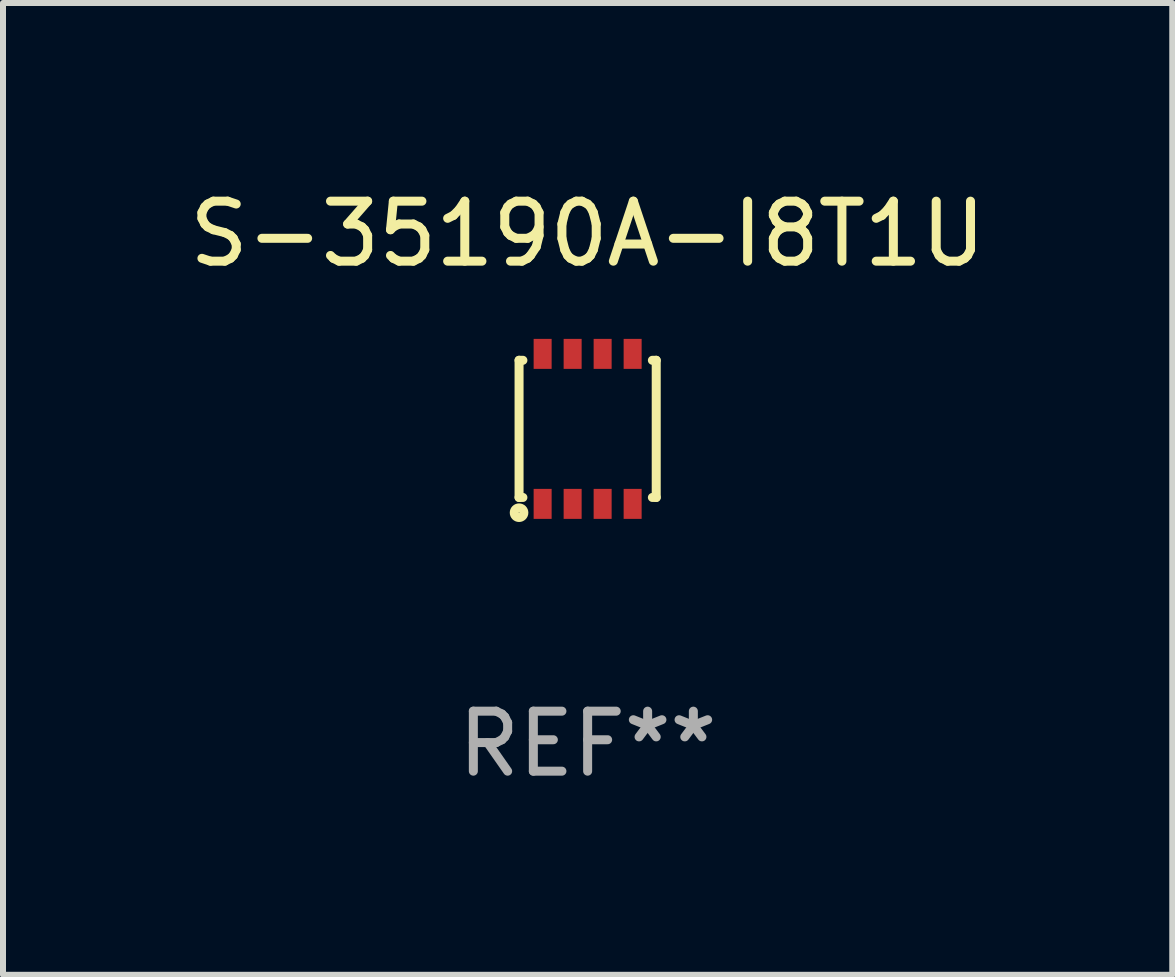
<source format=kicad_pcb>
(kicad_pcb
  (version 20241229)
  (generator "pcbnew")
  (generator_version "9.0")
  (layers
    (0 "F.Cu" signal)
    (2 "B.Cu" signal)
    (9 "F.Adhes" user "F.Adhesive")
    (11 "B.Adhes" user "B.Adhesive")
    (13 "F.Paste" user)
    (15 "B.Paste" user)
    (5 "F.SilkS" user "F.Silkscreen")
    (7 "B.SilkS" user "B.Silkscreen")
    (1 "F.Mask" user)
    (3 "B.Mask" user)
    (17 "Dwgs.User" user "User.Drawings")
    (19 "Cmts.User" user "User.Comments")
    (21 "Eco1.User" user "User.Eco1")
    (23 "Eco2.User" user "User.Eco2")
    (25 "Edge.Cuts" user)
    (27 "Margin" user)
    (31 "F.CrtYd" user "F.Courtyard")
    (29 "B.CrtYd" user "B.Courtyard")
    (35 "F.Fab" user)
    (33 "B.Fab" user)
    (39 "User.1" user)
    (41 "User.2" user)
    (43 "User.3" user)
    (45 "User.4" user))
  (footprint "S-35190A-I8T1U"
    (layer "F.Cu")
    (at 6.744 4.098)
    (property "Reference" "S-35190A-I8T1U" (at 0 -3.25 0) (layer "F.SilkS") (effects (font (size 1 1) (thickness 0.15))))
    (attr through_hole)
    (fp_line (start -1.143 -1.143) (end -1.143 1.143) (stroke (width 0.15) (type solid)) (layer "F.SilkS"))
    (fp_line (start -1.143 1.143) (end -1.079 1.143) (stroke (width 0.15) (type solid)) (layer "F.SilkS"))
    (fp_line (start -1.079 -1.143) (end -1.143 -1.143) (stroke (width 0.15) (type solid)) (layer "F.SilkS"))
    (fp_line (start 1.079 1.143) (end 1.143 1.143) (stroke (width 0.15) (type solid)) (layer "F.SilkS"))
    (fp_line (start 1.143 -1.143) (end 1.079 -1.143) (stroke (width 0.15) (type solid)) (layer "F.SilkS"))
    (fp_line (start 1.143 1.143) (end 1.143 -1.143) (stroke (width 0.15) (type solid)) (layer "F.SilkS"))
    (fp_circle (center -1.143 1.397) (end -1.063 1.397) (stroke (width 0.15) (type solid)) (fill no) (layer "F.SilkS"))
    (fp_text user "REF**" (at 0 5.25 0) (layer "F.Fab") (effects (font (size 1 1) (thickness 0.15))))
    (pad "1" smd rect (at -0.75 1.25) (size 0.3 0.5) (layers "F.Cu" "F.Mask" "F.Paste"))
    (pad "2" smd rect (at -0.25 1.25) (size 0.3 0.5) (layers "F.Cu" "F.Mask" "F.Paste"))
    (pad "3" smd rect (at 0.25 1.25) (size 0.3 0.5) (layers "F.Cu" "F.Mask" "F.Paste"))
    (pad "4" smd rect (at 0.75 1.25) (size 0.3 0.5) (layers "F.Cu" "F.Mask" "F.Paste"))
    (pad "5" smd rect (at 0.75 -1.25) (size 0.3 0.5) (layers "F.Cu" "F.Mask" "F.Paste"))
    (pad "6" smd rect (at 0.25 -1.25) (size 0.3 0.5) (layers "F.Cu" "F.Mask" "F.Paste"))
    (pad "7" smd rect (at -0.25 -1.25) (size 0.3 0.5) (layers "F.Cu" "F.Mask" "F.Paste"))
    (pad "8" smd rect (at -0.75 -1.25) (size 0.3 0.5) (layers "F.Cu" "F.Mask" "F.Paste")))
  (gr_rect
    (start -3 -3)
    (end 16.488 13.197)
    (stroke (width 0.1) (type default))
    (fill no)
    (layer "Edge.Cuts")))
</source>
